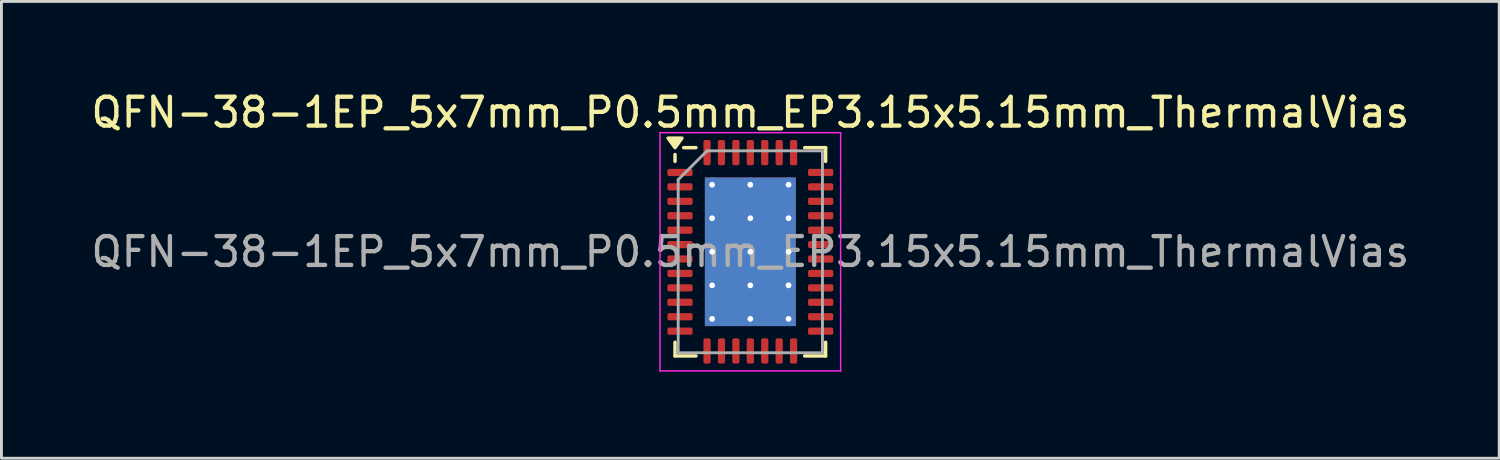
<source format=kicad_pcb>
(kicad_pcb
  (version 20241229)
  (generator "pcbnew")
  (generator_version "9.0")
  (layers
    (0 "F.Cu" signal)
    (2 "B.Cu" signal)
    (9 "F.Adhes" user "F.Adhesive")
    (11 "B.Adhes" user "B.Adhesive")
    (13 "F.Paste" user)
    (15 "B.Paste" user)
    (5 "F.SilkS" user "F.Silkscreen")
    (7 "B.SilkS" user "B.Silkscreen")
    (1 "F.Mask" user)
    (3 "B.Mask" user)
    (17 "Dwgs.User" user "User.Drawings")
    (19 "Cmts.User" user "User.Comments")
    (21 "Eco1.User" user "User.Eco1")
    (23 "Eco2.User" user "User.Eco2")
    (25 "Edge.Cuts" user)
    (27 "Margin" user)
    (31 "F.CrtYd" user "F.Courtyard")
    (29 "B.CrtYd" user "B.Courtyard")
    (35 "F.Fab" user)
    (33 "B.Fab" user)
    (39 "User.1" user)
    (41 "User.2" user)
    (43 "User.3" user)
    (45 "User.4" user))
  (footprint "QFN-38-1EP_5x7mm_P0.5mm_EP3.15x5.15mm_ThermalVias"
    (layer "F.Cu")
    (at 22.958 5.678)
    (property "Reference" "QFN-38-1EP_5x7mm_P0.5mm_EP3.15x5.15mm_ThermalVias" (at 0 -4.83 0) (layer "F.SilkS") (effects (font (size 1 1) (thickness 0.15))))
    (attr smd)
    (fp_line (start -2.61 -3.135) (end -2.61 -3.37) (stroke (width 0.12) (type solid)) (layer "F.SilkS"))
    (fp_line (start -2.61 3.61) (end -2.61 3.135) (stroke (width 0.12) (type solid)) (layer "F.SilkS"))
    (fp_line (start -1.885 -3.61) (end -2.31 -3.61) (stroke (width 0.12) (type solid)) (layer "F.SilkS"))
    (fp_line (start -1.885 3.61) (end -2.61 3.61) (stroke (width 0.12) (type solid)) (layer "F.SilkS"))
    (fp_line (start 1.885 -3.61) (end 2.61 -3.61) (stroke (width 0.12) (type solid)) (layer "F.SilkS"))
    (fp_line (start 1.885 3.61) (end 2.61 3.61) (stroke (width 0.12) (type solid)) (layer "F.SilkS"))
    (fp_line (start 2.61 -3.61) (end 2.61 -3.135) (stroke (width 0.12) (type solid)) (layer "F.SilkS"))
    (fp_line (start 2.61 3.61) (end 2.61 3.135) (stroke (width 0.12) (type solid)) (layer "F.SilkS"))
    (fp_poly (pts (xy -2.61 -3.61) (xy -2.85 -3.94) (xy -2.37 -3.94) (xy -2.61 -3.61)) (stroke (width 0.12) (type solid)) (fill yes) (layer "F.SilkS"))
    (fp_line (start -3.13 -4.13) (end -3.13 4.13) (stroke (width 0.05) (type solid)) (layer "F.CrtYd"))
    (fp_line (start -3.13 4.13) (end 3.13 4.13) (stroke (width 0.05) (type solid)) (layer "F.CrtYd"))
    (fp_line (start 3.13 -4.13) (end -3.13 -4.13) (stroke (width 0.05) (type solid)) (layer "F.CrtYd"))
    (fp_line (start 3.13 4.13) (end 3.13 -4.13) (stroke (width 0.05) (type solid)) (layer "F.CrtYd"))
    (fp_line (start -2.5 -2.5) (end -1.5 -3.5) (stroke (width 0.1) (type solid)) (layer "F.Fab"))
    (fp_line (start -2.5 3.5) (end -2.5 -2.5) (stroke (width 0.1) (type solid)) (layer "F.Fab"))
    (fp_line (start -1.5 -3.5) (end 2.5 -3.5) (stroke (width 0.1) (type solid)) (layer "F.Fab"))
    (fp_line (start 2.5 -3.5) (end 2.5 3.5) (stroke (width 0.1) (type solid)) (layer "F.Fab"))
    (fp_line (start 2.5 3.5) (end -2.5 3.5) (stroke (width 0.1) (type solid)) (layer "F.Fab"))
    (fp_text user "${REFERENCE}" (at 0 0 0) (layer "F.Fab") (effects (font (size 1 1) (thickness 0.15))))
    (pad "" smd roundrect (at -0.79 -1.935) (size 1.36 1.12) (layers "F.Paste") (roundrect_rratio 0.223))
    (pad "" smd roundrect (at -0.79 -0.645) (size 1.36 1.12) (layers "F.Paste") (roundrect_rratio 0.223))
    (pad "" smd roundrect (at -0.79 0.645) (size 1.36 1.12) (layers "F.Paste") (roundrect_rratio 0.223))
    (pad "" smd roundrect (at -0.79 1.935) (size 1.36 1.12) (layers "F.Paste") (roundrect_rratio 0.223))
    (pad "" smd roundrect (at 0.79 -1.935) (size 1.36 1.12) (layers "F.Paste") (roundrect_rratio 0.223))
    (pad "" smd roundrect (at 0.79 -0.645) (size 1.36 1.12) (layers "F.Paste") (roundrect_rratio 0.223))
    (pad "" smd roundrect (at 0.79 0.645) (size 1.36 1.12) (layers "F.Paste") (roundrect_rratio 0.223))
    (pad "" smd roundrect (at 0.79 1.935) (size 1.36 1.12) (layers "F.Paste") (roundrect_rratio 0.223))
    (pad "1" smd roundrect (at -2.438 -2.75) (size 0.875 0.25) (layers "F.Cu" "F.Mask" "F.Paste") (roundrect_rratio 0.25))
    (pad "2" smd roundrect (at -2.438 -2.25) (size 0.875 0.25) (layers "F.Cu" "F.Mask" "F.Paste") (roundrect_rratio 0.25))
    (pad "3" smd roundrect (at -2.438 -1.75) (size 0.875 0.25) (layers "F.Cu" "F.Mask" "F.Paste") (roundrect_rratio 0.25))
    (pad "4" smd roundrect (at -2.438 -1.25) (size 0.875 0.25) (layers "F.Cu" "F.Mask" "F.Paste") (roundrect_rratio 0.25))
    (pad "5" smd roundrect (at -2.438 -0.75) (size 0.875 0.25) (layers "F.Cu" "F.Mask" "F.Paste") (roundrect_rratio 0.25))
    (pad "6" smd roundrect (at -2.438 -0.25) (size 0.875 0.25) (layers "F.Cu" "F.Mask" "F.Paste") (roundrect_rratio 0.25))
    (pad "7" smd roundrect (at -2.438 0.25) (size 0.875 0.25) (layers "F.Cu" "F.Mask" "F.Paste") (roundrect_rratio 0.25))
    (pad "8" smd roundrect (at -2.438 0.75) (size 0.875 0.25) (layers "F.Cu" "F.Mask" "F.Paste") (roundrect_rratio 0.25))
    (pad "9" smd roundrect (at -2.438 1.25) (size 0.875 0.25) (layers "F.Cu" "F.Mask" "F.Paste") (roundrect_rratio 0.25))
    (pad "10" smd roundrect (at -2.438 1.75) (size 0.875 0.25) (layers "F.Cu" "F.Mask" "F.Paste") (roundrect_rratio 0.25))
    (pad "11" smd roundrect (at -2.438 2.25) (size 0.875 0.25) (layers "F.Cu" "F.Mask" "F.Paste") (roundrect_rratio 0.25))
    (pad "12" smd roundrect (at -2.438 2.75) (size 0.875 0.25) (layers "F.Cu" "F.Mask" "F.Paste") (roundrect_rratio 0.25))
    (pad "13" smd roundrect (at -1.5 3.438) (size 0.25 0.875) (layers "F.Cu" "F.Mask" "F.Paste") (roundrect_rratio 0.25))
    (pad "14" smd roundrect (at -1 3.438) (size 0.25 0.875) (layers "F.Cu" "F.Mask" "F.Paste") (roundrect_rratio 0.25))
    (pad "15" smd roundrect (at -0.5 3.438) (size 0.25 0.875) (layers "F.Cu" "F.Mask" "F.Paste") (roundrect_rratio 0.25))
    (pad "16" smd roundrect (at 0 3.438) (size 0.25 0.875) (layers "F.Cu" "F.Mask" "F.Paste") (roundrect_rratio 0.25))
    (pad "17" smd roundrect (at 0.5 3.438) (size 0.25 0.875) (layers "F.Cu" "F.Mask" "F.Paste") (roundrect_rratio 0.25))
    (pad "18" smd roundrect (at 1 3.438) (size 0.25 0.875) (layers "F.Cu" "F.Mask" "F.Paste") (roundrect_rratio 0.25))
    (pad "19" smd roundrect (at 1.5 3.438) (size 0.25 0.875) (layers "F.Cu" "F.Mask" "F.Paste") (roundrect_rratio 0.25))
    (pad "20" smd roundrect (at 2.438 2.75) (size 0.875 0.25) (layers "F.Cu" "F.Mask" "F.Paste") (roundrect_rratio 0.25))
    (pad "21" smd roundrect (at 2.438 2.25) (size 0.875 0.25) (layers "F.Cu" "F.Mask" "F.Paste") (roundrect_rratio 0.25))
    (pad "22" smd roundrect (at 2.438 1.75) (size 0.875 0.25) (layers "F.Cu" "F.Mask" "F.Paste") (roundrect_rratio 0.25))
    (pad "23" smd roundrect (at 2.438 1.25) (size 0.875 0.25) (layers "F.Cu" "F.Mask" "F.Paste") (roundrect_rratio 0.25))
    (pad "24" smd roundrect (at 2.438 0.75) (size 0.875 0.25) (layers "F.Cu" "F.Mask" "F.Paste") (roundrect_rratio 0.25))
    (pad "25" smd roundrect (at 2.438 0.25) (size 0.875 0.25) (layers "F.Cu" "F.Mask" "F.Paste") (roundrect_rratio 0.25))
    (pad "26" smd roundrect (at 2.438 -0.25) (size 0.875 0.25) (layers "F.Cu" "F.Mask" "F.Paste") (roundrect_rratio 0.25))
    (pad "27" smd roundrect (at 2.438 -0.75) (size 0.875 0.25) (layers "F.Cu" "F.Mask" "F.Paste") (roundrect_rratio 0.25))
    (pad "28" smd roundrect (at 2.438 -1.25) (size 0.875 0.25) (layers "F.Cu" "F.Mask" "F.Paste") (roundrect_rratio 0.25))
    (pad "29" smd roundrect (at 2.438 -1.75) (size 0.875 0.25) (layers "F.Cu" "F.Mask" "F.Paste") (roundrect_rratio 0.25))
    (pad "30" smd roundrect (at 2.438 -2.25) (size 0.875 0.25) (layers "F.Cu" "F.Mask" "F.Paste") (roundrect_rratio 0.25))
    (pad "31" smd roundrect (at 2.438 -2.75) (size 0.875 0.25) (layers "F.Cu" "F.Mask" "F.Paste") (roundrect_rratio 0.25))
    (pad "32" smd roundrect (at 1.5 -3.438) (size 0.25 0.875) (layers "F.Cu" "F.Mask" "F.Paste") (roundrect_rratio 0.25))
    (pad "33" smd roundrect (at 1 -3.438) (size 0.25 0.875) (layers "F.Cu" "F.Mask" "F.Paste") (roundrect_rratio 0.25))
    (pad "34" smd roundrect (at 0.5 -3.438) (size 0.25 0.875) (layers "F.Cu" "F.Mask" "F.Paste") (roundrect_rratio 0.25))
    (pad "35" smd roundrect (at 0 -3.438) (size 0.25 0.875) (layers "F.Cu" "F.Mask" "F.Paste") (roundrect_rratio 0.25))
    (pad "36" smd roundrect (at -0.5 -3.438) (size 0.25 0.875) (layers "F.Cu" "F.Mask" "F.Paste") (roundrect_rratio 0.25))
    (pad "37" smd roundrect (at -1 -3.438) (size 0.25 0.875) (layers "F.Cu" "F.Mask" "F.Paste") (roundrect_rratio 0.25))
    (pad "38" smd roundrect (at -1.5 -3.438) (size 0.25 0.875) (layers "F.Cu" "F.Mask" "F.Paste") (roundrect_rratio 0.25))
    (pad "39" thru_hole circle (at -1.325 -2.325) (size 0.5 0.5) (drill 0.2) (property pad_prop_heatsink) (layers "*.Cu"))
    (pad "39" thru_hole circle (at -1.325 -1.163) (size 0.5 0.5) (drill 0.2) (property pad_prop_heatsink) (layers "*.Cu"))
    (pad "39" thru_hole circle (at -1.325 0) (size 0.5 0.5) (drill 0.2) (property pad_prop_heatsink) (layers "*.Cu"))
    (pad "39" thru_hole circle (at -1.325 1.163) (size 0.5 0.5) (drill 0.2) (property pad_prop_heatsink) (layers "*.Cu"))
    (pad "39" thru_hole circle (at -1.325 2.325) (size 0.5 0.5) (drill 0.2) (property pad_prop_heatsink) (layers "*.Cu"))
    (pad "39" thru_hole circle (at 0 -2.325) (size 0.5 0.5) (drill 0.2) (property pad_prop_heatsink) (layers "*.Cu"))
    (pad "39" thru_hole circle (at 0 -1.163) (size 0.5 0.5) (drill 0.2) (property pad_prop_heatsink) (layers "*.Cu"))
    (pad "39" thru_hole circle (at 0 0) (size 0.5 0.5) (drill 0.2) (property pad_prop_heatsink) (layers "*.Cu"))
    (pad "39" smd rect (at 0 0) (size 3.15 5.15) (property pad_prop_heatsink) (layers "F.Cu" "F.Mask"))
    (pad "39" smd rect (at 0 0) (size 3.15 5.15) (property pad_prop_heatsink) (layers "B.Cu"))
    (pad "39" thru_hole circle (at 0 1.163) (size 0.5 0.5) (drill 0.2) (property pad_prop_heatsink) (layers "*.Cu"))
    (pad "39" thru_hole circle (at 0 2.325) (size 0.5 0.5) (drill 0.2) (property pad_prop_heatsink) (layers "*.Cu"))
    (pad "39" thru_hole circle (at 1.325 -2.325) (size 0.5 0.5) (drill 0.2) (property pad_prop_heatsink) (layers "*.Cu"))
    (pad "39" thru_hole circle (at 1.325 -1.163) (size 0.5 0.5) (drill 0.2) (property pad_prop_heatsink) (layers "*.Cu"))
    (pad "39" thru_hole circle (at 1.325 0) (size 0.5 0.5) (drill 0.2) (property pad_prop_heatsink) (layers "*.Cu"))
    (pad "39" thru_hole circle (at 1.325 1.163) (size 0.5 0.5) (drill 0.2) (property pad_prop_heatsink) (layers "*.Cu"))
    (pad "39" thru_hole circle (at 1.325 2.325) (size 0.5 0.5) (drill 0.2) (property pad_prop_heatsink) (layers "*.Cu")))
  (gr_rect
    (start -3 -3)
    (end 48.917 12.833)
    (stroke (width 0.1) (type default))
    (fill no)
    (layer "Edge.Cuts")))
</source>
